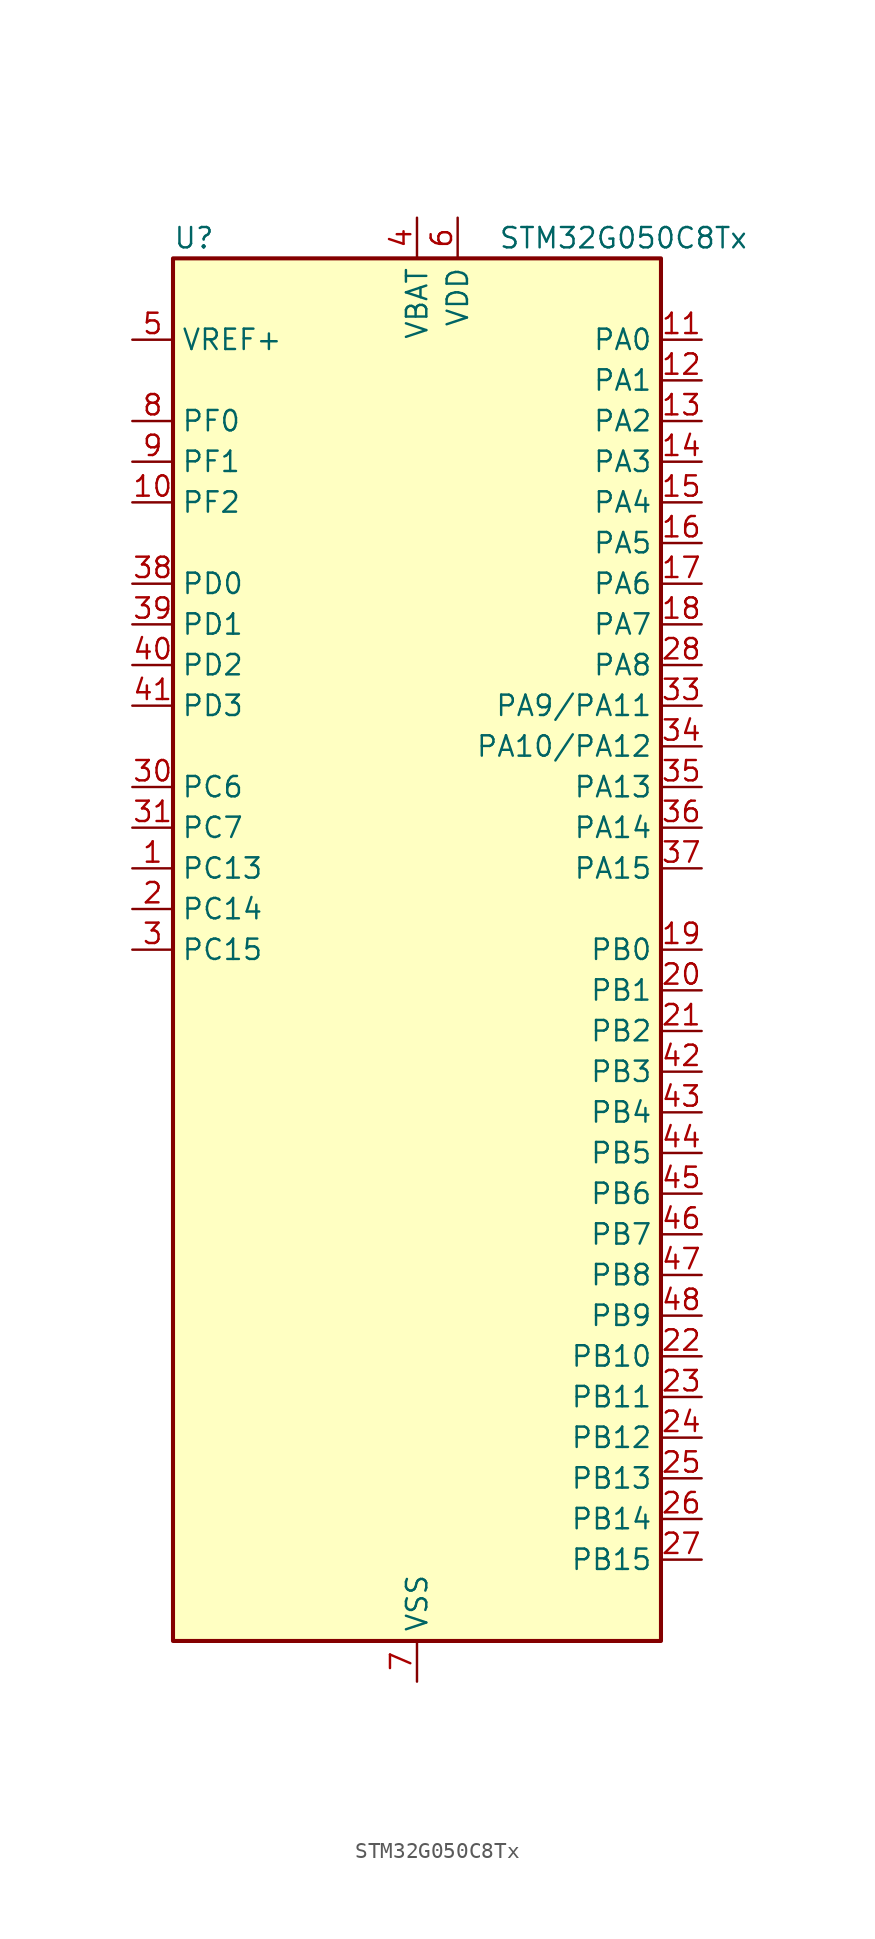
<source format=kicad_sym>
(kicad_symbol_lib
  (version 20241209)
  (generator "kicad_symbol_editor")
  (generator_version "9.0")
  (symbol "STM32G050C8Tx"
    (property "Reference" "U"
      (at -15.24 44.45 0)
      (effects (font (size 1.27 1.27)) (justify left)))
    (property "Value" "STM32G050C8Tx"
      (at 5.08 44.45 0)
      (effects (font (size 1.27 1.27)) (justify left)))
    (symbol "STM32G050C8Tx_0_1"
      (rectangle (start -15.24 -43.18) (end 15.24 43.18) (stroke (width 0.254) (type default)) (fill (type background))))
    (symbol "STM32G050C8Tx_1_1"
      (pin input line (at -17.78 38.1 0) (length 2.54) (name "VREF+" (effects (font (size 1.27 1.27)))) (number "5" (effects (font (size 1.27 1.27)))) (alternate "VREFBUF_OUT" bidirectional line))
      (pin bidirectional line (at -17.78 33.02 0) (length 2.54) (name "PF0" (effects (font (size 1.27 1.27)))) (number "8" (effects (font (size 1.27 1.27)))) (alternate "RCC_OSC_IN" bidirectional line) (alternate "TIM14_CH1" bidirectional line))
      (pin bidirectional line (at -17.78 30.48 0) (length 2.54) (name "PF1" (effects (font (size 1.27 1.27)))) (number "9" (effects (font (size 1.27 1.27)))) (alternate "RCC_OSC_EN" bidirectional line) (alternate "RCC_OSC_OUT" bidirectional line) (alternate "TIM15_CH1N" bidirectional line))
      (pin bidirectional line (at -17.78 27.94 0) (length 2.54) (name "PF2" (effects (font (size 1.27 1.27)))) (number "10" (effects (font (size 1.27 1.27)))) (alternate "RCC_MCO" bidirectional line))
      (pin bidirectional line (at -17.78 22.86 0) (length 2.54) (name "PD0" (effects (font (size 1.27 1.27)))) (number "38" (effects (font (size 1.27 1.27)))) (alternate "SPI2_NSS" bidirectional line) (alternate "TIM16_CH1" bidirectional line))
      (pin bidirectional line (at -17.78 20.32 0) (length 2.54) (name "PD1" (effects (font (size 1.27 1.27)))) (number "39" (effects (font (size 1.27 1.27)))) (alternate "SPI2_SCK" bidirectional line) (alternate "TIM17_CH1" bidirectional line))
      (pin bidirectional line (at -17.78 17.78 0) (length 2.54) (name "PD2" (effects (font (size 1.27 1.27)))) (number "40" (effects (font (size 1.27 1.27)))) (alternate "TIM1_CH1N" bidirectional line) (alternate "TIM3_ETR" bidirectional line))
      (pin bidirectional line (at -17.78 15.24 0) (length 2.54) (name "PD3" (effects (font (size 1.27 1.27)))) (number "41" (effects (font (size 1.27 1.27)))) (alternate "SPI2_MISO" bidirectional line) (alternate "TIM1_CH2N" bidirectional line) (alternate "USART2_CTS" bidirectional line) (alternate "USART2_NSS" bidirectional line))
      (pin bidirectional line (at -17.78 10.16 0) (length 2.54) (name "PC6" (effects (font (size 1.27 1.27)))) (number "30" (effects (font (size 1.27 1.27)))) (alternate "TIM3_CH1" bidirectional line))
      (pin bidirectional line (at -17.78 7.62 0) (length 2.54) (name "PC7" (effects (font (size 1.27 1.27)))) (number "31" (effects (font (size 1.27 1.27)))) (alternate "TIM3_CH2" bidirectional line))
      (pin bidirectional line (at -17.78 5.08 0) (length 2.54) (name "PC13" (effects (font (size 1.27 1.27)))) (number "1" (effects (font (size 1.27 1.27)))) (alternate "RTC_OUT1" bidirectional line) (alternate "RTC_TAMP_IN1" bidirectional line) (alternate "RTC_TS" bidirectional line) (alternate "SYS_WKUP2" bidirectional line) (alternate "TIM1_BK" bidirectional line))
      (pin bidirectional line (at -17.78 2.54 0) (length 2.54) (name "PC14" (effects (font (size 1.27 1.27)))) (number "2" (effects (font (size 1.27 1.27)))) (alternate "RCC_OSC32_IN" bidirectional line) (alternate "TIM1_BK2" bidirectional line))
      (pin bidirectional line (at -17.78 0 0) (length 2.54) (name "PC15" (effects (font (size 1.27 1.27)))) (number "3" (effects (font (size 1.27 1.27)))) (alternate "RCC_OSC32_EN" bidirectional line) (alternate "RCC_OSC32_OUT" bidirectional line) (alternate "RCC_OSC_EN" bidirectional line) (alternate "TIM15_BK" bidirectional line))
      (pin no_connect line (at -15.24 -40.64 0) (length 2.54) (hide yes) (name "NC/PA10" (effects (font (size 1.27 1.27)))) (number "32" (effects (font (size 1.27 1.27)))) (alternate "I2C1_SDA (PA10)" bidirectional line) (alternate "NC" bidirectional line) (alternate "PA10" bidirectional line) (alternate "SPI2_MOSI (PA10)" bidirectional line) (alternate "TIM17_BK (PA10)" bidirectional line) (alternate "TIM1_CH3 (PA10)" bidirectional line) (alternate "USART1_RX (PA10)" bidirectional line))
      (pin no_connect line (at -15.24 -43.18 0) (length 2.54) (hide yes) (name "NC/PA9" (effects (font (size 1.27 1.27)))) (number "29" (effects (font (size 1.27 1.27)))) (alternate "I2C1_SCL (PA9)" bidirectional line) (alternate "NC" bidirectional line) (alternate "PA9" bidirectional line) (alternate "RCC_MCO (PA9)" bidirectional line) (alternate "SPI2_MISO (PA9)" bidirectional line) (alternate "TIM15_BK (PA9)" bidirectional line) (alternate "TIM1_CH2 (PA9)" bidirectional line) (alternate "USART1_TX (PA9)" bidirectional line))
      (pin power_in line (at 0 45.72 270) (length 2.54) (name "VBAT" (effects (font (size 1.27 1.27)))) (number "4" (effects (font (size 1.27 1.27)))))
      (pin power_in line (at 0 -45.72 90) (length 2.54) (name "VSS" (effects (font (size 1.27 1.27)))) (number "7" (effects (font (size 1.27 1.27)))))
      (pin power_in line (at 2.54 45.72 270) (length 2.54) (name "VDD" (effects (font (size 1.27 1.27)))) (number "6" (effects (font (size 1.27 1.27)))))
      (pin bidirectional line (at 17.78 38.1 180) (length 2.54) (name "PA0" (effects (font (size 1.27 1.27)))) (number "11" (effects (font (size 1.27 1.27)))) (alternate "ADC1_IN0" bidirectional line) (alternate "RTC_TAMP_IN2" bidirectional line) (alternate "SPI2_SCK" bidirectional line) (alternate "SYS_WKUP1" bidirectional line) (alternate "USART2_CTS" bidirectional line) (alternate "USART2_NSS" bidirectional line))
      (pin bidirectional line (at 17.78 35.56 180) (length 2.54) (name "PA1" (effects (font (size 1.27 1.27)))) (number "12" (effects (font (size 1.27 1.27)))) (alternate "ADC1_IN1" bidirectional line) (alternate "I2C1_SMBA" bidirectional line) (alternate "I2S1_CK" bidirectional line) (alternate "SPI1_SCK" bidirectional line) (alternate "TIM15_CH1N" bidirectional line) (alternate "USART2_CK" bidirectional line) (alternate "USART2_DE" bidirectional line) (alternate "USART2_RTS" bidirectional line))
      (pin bidirectional line (at 17.78 33.02 180) (length 2.54) (name "PA2" (effects (font (size 1.27 1.27)))) (number "13" (effects (font (size 1.27 1.27)))) (alternate "ADC1_IN2" bidirectional line) (alternate "I2S1_SD" bidirectional line) (alternate "RCC_LSCO" bidirectional line) (alternate "SPI1_MOSI" bidirectional line) (alternate "SYS_WKUP4" bidirectional line) (alternate "TIM15_CH1" bidirectional line) (alternate "USART2_TX" bidirectional line))
      (pin bidirectional line (at 17.78 30.48 180) (length 2.54) (name "PA3" (effects (font (size 1.27 1.27)))) (number "14" (effects (font (size 1.27 1.27)))) (alternate "ADC1_IN3" bidirectional line) (alternate "SPI2_MISO" bidirectional line) (alternate "TIM15_CH2" bidirectional line) (alternate "USART2_RX" bidirectional line))
      (pin bidirectional line (at 17.78 27.94 180) (length 2.54) (name "PA4" (effects (font (size 1.27 1.27)))) (number "15" (effects (font (size 1.27 1.27)))) (alternate "ADC1_IN4" bidirectional line) (alternate "I2S1_WS" bidirectional line) (alternate "RTC_OUT2" bidirectional line) (alternate "SPI1_NSS" bidirectional line) (alternate "SPI2_MOSI" bidirectional line) (alternate "TIM14_CH1" bidirectional line))
      (pin bidirectional line (at 17.78 25.4 180) (length 2.54) (name "PA5" (effects (font (size 1.27 1.27)))) (number "16" (effects (font (size 1.27 1.27)))) (alternate "ADC1_IN5" bidirectional line) (alternate "I2S1_CK" bidirectional line) (alternate "SPI1_SCK" bidirectional line))
      (pin bidirectional line (at 17.78 22.86 180) (length 2.54) (name "PA6" (effects (font (size 1.27 1.27)))) (number "17" (effects (font (size 1.27 1.27)))) (alternate "ADC1_IN6" bidirectional line) (alternate "I2S1_MCK" bidirectional line) (alternate "SPI1_MISO" bidirectional line) (alternate "TIM16_CH1" bidirectional line) (alternate "TIM1_BK" bidirectional line) (alternate "TIM3_CH1" bidirectional line))
      (pin bidirectional line (at 17.78 20.32 180) (length 2.54) (name "PA7" (effects (font (size 1.27 1.27)))) (number "18" (effects (font (size 1.27 1.27)))) (alternate "ADC1_IN7" bidirectional line) (alternate "I2S1_SD" bidirectional line) (alternate "SPI1_MOSI" bidirectional line) (alternate "TIM14_CH1" bidirectional line) (alternate "TIM17_CH1" bidirectional line) (alternate "TIM1_CH1N" bidirectional line) (alternate "TIM3_CH2" bidirectional line))
      (pin bidirectional line (at 17.78 17.78 180) (length 2.54) (name "PA8" (effects (font (size 1.27 1.27)))) (number "28" (effects (font (size 1.27 1.27)))) (alternate "RCC_MCO" bidirectional line) (alternate "SPI2_NSS" bidirectional line) (alternate "TIM1_CH1" bidirectional line))
      (pin bidirectional line (at 17.78 15.24 180) (length 2.54) (name "PA9/PA11" (effects (font (size 1.27 1.27)))) (number "33" (effects (font (size 1.27 1.27)))) (alternate "ADC1_EXTI11 (PA11)" bidirectional line) (alternate "I2C1_SCL (PA9)" bidirectional line) (alternate "I2C2_SCL (PA11)" bidirectional line) (alternate "I2S1_MCK (PA11)" bidirectional line) (alternate "PA11" bidirectional line) (alternate "PA9" bidirectional line) (alternate "RCC_MCO (PA9)" bidirectional line) (alternate "SPI1_MISO (PA11)" bidirectional line) (alternate "SPI2_MISO (PA9)" bidirectional line) (alternate "TIM15_BK (PA9)" bidirectional line) (alternate "TIM1_BK2 (PA11)" bidirectional line) (alternate "TIM1_CH2 (PA9)" bidirectional line) (alternate "TIM1_CH4 (PA11)" bidirectional line) (alternate "USART1_CTS (PA11)" bidirectional line) (alternate "USART1_NSS (PA11)" bidirectional line) (alternate "USART1_TX (PA9)" bidirectional line))
      (pin bidirectional line (at 17.78 12.7 180) (length 2.54) (name "PA10/PA12" (effects (font (size 1.27 1.27)))) (number "34" (effects (font (size 1.27 1.27)))) (alternate "I2C1_SDA (PA10)" bidirectional line) (alternate "I2C2_SDA (PA12)" bidirectional line) (alternate "I2S1_SD (PA12)" bidirectional line) (alternate "I2S_CKIN (PA12)" bidirectional line) (alternate "PA10" bidirectional line) (alternate "PA12" bidirectional line) (alternate "SPI1_MOSI (PA12)" bidirectional line) (alternate "SPI2_MOSI (PA10)" bidirectional line) (alternate "TIM17_BK (PA10)" bidirectional line) (alternate "TIM1_CH3 (PA10)" bidirectional line) (alternate "TIM1_ETR (PA12)" bidirectional line) (alternate "USART1_CK (PA12)" bidirectional line) (alternate "USART1_DE (PA12)" bidirectional line) (alternate "USART1_RTS (PA12)" bidirectional line) (alternate "USART1_RX (PA10)" bidirectional line))
      (pin bidirectional line (at 17.78 10.16 180) (length 2.54) (name "PA13" (effects (font (size 1.27 1.27)))) (number "35" (effects (font (size 1.27 1.27)))) (alternate "ADC1_IN17" bidirectional line) (alternate "IR_OUT" bidirectional line) (alternate "SYS_SWDIO" bidirectional line))
      (pin bidirectional line (at 17.78 7.62 180) (length 2.54) (name "PA14" (effects (font (size 1.27 1.27)))) (number "36" (effects (font (size 1.27 1.27)))) (alternate "ADC1_IN18" bidirectional line) (alternate "SYS_SWCLK" bidirectional line) (alternate "USART2_TX" bidirectional line))
      (pin bidirectional line (at 17.78 5.08 180) (length 2.54) (name "PA15" (effects (font (size 1.27 1.27)))) (number "37" (effects (font (size 1.27 1.27)))) (alternate "I2S1_WS" bidirectional line) (alternate "SPI1_NSS" bidirectional line) (alternate "USART2_RX" bidirectional line))
      (pin bidirectional line (at 17.78 0 180) (length 2.54) (name "PB0" (effects (font (size 1.27 1.27)))) (number "19" (effects (font (size 1.27 1.27)))) (alternate "ADC1_IN8" bidirectional line) (alternate "I2S1_WS" bidirectional line) (alternate "SPI1_NSS" bidirectional line) (alternate "TIM1_CH2N" bidirectional line) (alternate "TIM3_CH3" bidirectional line))
      (pin bidirectional line (at 17.78 -2.54 180) (length 2.54) (name "PB1" (effects (font (size 1.27 1.27)))) (number "20" (effects (font (size 1.27 1.27)))) (alternate "ADC1_IN9" bidirectional line) (alternate "TIM14_CH1" bidirectional line) (alternate "TIM1_CH3N" bidirectional line) (alternate "TIM3_CH4" bidirectional line))
      (pin bidirectional line (at 17.78 -5.08 180) (length 2.54) (name "PB2" (effects (font (size 1.27 1.27)))) (number "21" (effects (font (size 1.27 1.27)))) (alternate "ADC1_IN10" bidirectional line) (alternate "SPI2_MISO" bidirectional line))
      (pin bidirectional line (at 17.78 -7.62 180) (length 2.54) (name "PB3" (effects (font (size 1.27 1.27)))) (number "42" (effects (font (size 1.27 1.27)))) (alternate "I2S1_CK" bidirectional line) (alternate "SPI1_SCK" bidirectional line) (alternate "TIM1_CH2" bidirectional line) (alternate "USART1_CK" bidirectional line) (alternate "USART1_DE" bidirectional line) (alternate "USART1_RTS" bidirectional line))
      (pin bidirectional line (at 17.78 -10.16 180) (length 2.54) (name "PB4" (effects (font (size 1.27 1.27)))) (number "43" (effects (font (size 1.27 1.27)))) (alternate "I2S1_MCK" bidirectional line) (alternate "SPI1_MISO" bidirectional line) (alternate "TIM17_BK" bidirectional line) (alternate "TIM3_CH1" bidirectional line) (alternate "USART1_CTS" bidirectional line) (alternate "USART1_NSS" bidirectional line))
      (pin bidirectional line (at 17.78 -12.7 180) (length 2.54) (name "PB5" (effects (font (size 1.27 1.27)))) (number "44" (effects (font (size 1.27 1.27)))) (alternate "I2C1_SMBA" bidirectional line) (alternate "I2S1_SD" bidirectional line) (alternate "SPI1_MOSI" bidirectional line) (alternate "SYS_WKUP6" bidirectional line) (alternate "TIM16_BK" bidirectional line) (alternate "TIM3_CH2" bidirectional line))
      (pin bidirectional line (at 17.78 -15.24 180) (length 2.54) (name "PB6" (effects (font (size 1.27 1.27)))) (number "45" (effects (font (size 1.27 1.27)))) (alternate "I2C1_SCL" bidirectional line) (alternate "SPI2_MISO" bidirectional line) (alternate "TIM16_CH1N" bidirectional line) (alternate "TIM1_CH3" bidirectional line) (alternate "USART1_TX" bidirectional line))
      (pin bidirectional line (at 17.78 -17.78 180) (length 2.54) (name "PB7" (effects (font (size 1.27 1.27)))) (number "46" (effects (font (size 1.27 1.27)))) (alternate "I2C1_SDA" bidirectional line) (alternate "SPI2_MOSI" bidirectional line) (alternate "SYS_PVD_IN" bidirectional line) (alternate "TIM17_CH1N" bidirectional line) (alternate "USART1_RX" bidirectional line))
      (pin bidirectional line (at 17.78 -20.32 180) (length 2.54) (name "PB8" (effects (font (size 1.27 1.27)))) (number "47" (effects (font (size 1.27 1.27)))) (alternate "I2C1_SCL" bidirectional line) (alternate "SPI2_SCK" bidirectional line) (alternate "TIM15_BK" bidirectional line) (alternate "TIM16_CH1" bidirectional line))
      (pin bidirectional line (at 17.78 -22.86 180) (length 2.54) (name "PB9" (effects (font (size 1.27 1.27)))) (number "48" (effects (font (size 1.27 1.27)))) (alternate "I2C1_SDA" bidirectional line) (alternate "IR_OUT" bidirectional line) (alternate "SPI2_NSS" bidirectional line) (alternate "TIM17_CH1" bidirectional line))
      (pin bidirectional line (at 17.78 -25.4 180) (length 2.54) (name "PB10" (effects (font (size 1.27 1.27)))) (number "22" (effects (font (size 1.27 1.27)))) (alternate "ADC1_IN11" bidirectional line) (alternate "I2C2_SCL" bidirectional line) (alternate "SPI2_SCK" bidirectional line))
      (pin bidirectional line (at 17.78 -27.94 180) (length 2.54) (name "PB11" (effects (font (size 1.27 1.27)))) (number "23" (effects (font (size 1.27 1.27)))) (alternate "ADC1_EXTI11" bidirectional line) (alternate "ADC1_IN15" bidirectional line) (alternate "I2C2_SDA" bidirectional line) (alternate "SPI2_MOSI" bidirectional line))
      (pin bidirectional line (at 17.78 -30.48 180) (length 2.54) (name "PB12" (effects (font (size 1.27 1.27)))) (number "24" (effects (font (size 1.27 1.27)))) (alternate "ADC1_IN16" bidirectional line) (alternate "SPI2_NSS" bidirectional line) (alternate "TIM15_BK" bidirectional line) (alternate "TIM1_BK" bidirectional line))
      (pin bidirectional line (at 17.78 -33.02 180) (length 2.54) (name "PB13" (effects (font (size 1.27 1.27)))) (number "25" (effects (font (size 1.27 1.27)))) (alternate "I2C2_SCL" bidirectional line) (alternate "SPI2_SCK" bidirectional line) (alternate "TIM15_CH1N" bidirectional line) (alternate "TIM1_CH1N" bidirectional line))
      (pin bidirectional line (at 17.78 -35.56 180) (length 2.54) (name "PB14" (effects (font (size 1.27 1.27)))) (number "26" (effects (font (size 1.27 1.27)))) (alternate "I2C2_SDA" bidirectional line) (alternate "SPI2_MISO" bidirectional line) (alternate "TIM15_CH1" bidirectional line) (alternate "TIM1_CH2N" bidirectional line))
      (pin bidirectional line (at 17.78 -38.1 180) (length 2.54) (name "PB15" (effects (font (size 1.27 1.27)))) (number "27" (effects (font (size 1.27 1.27)))) (alternate "RTC_REFIN" bidirectional line) (alternate "SPI2_MOSI" bidirectional line) (alternate "TIM15_CH1N" bidirectional line) (alternate "TIM15_CH2" bidirectional line) (alternate "TIM1_CH3N" bidirectional line)))))
</source>
